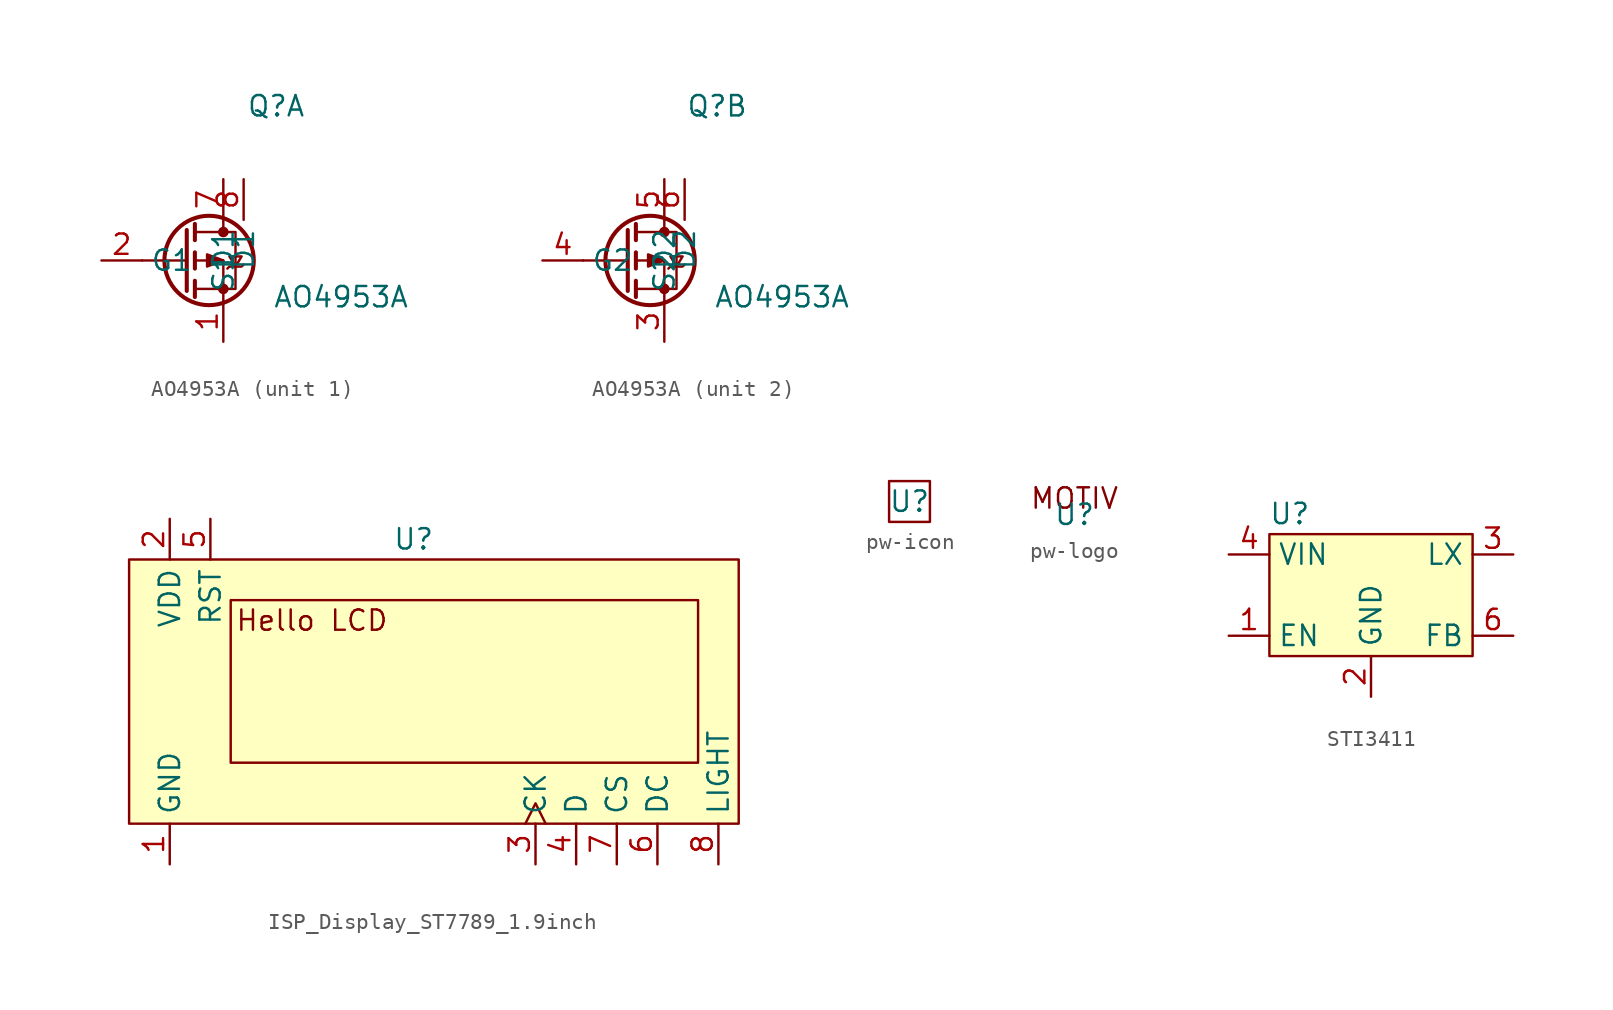
<source format=kicad_sym>
(kicad_symbol_lib
  (version 20231120)
  (generator "kicad_symbol_editor")
  (generator_version "8.0")
  (symbol "AO4953A"
    (property "Reference" "Q"
      (at 4.572 9.652 0)
      (effects (font (size 1.27 1.27))))
    (property "Value" "AO4953A"
      (at 8.636 -2.286 0)
      (effects (font (size 1.27 1.27))))
    (symbol "AO4953A_0_1"
      (polyline (pts (xy -1.016 0) (xy -3.81 0)) (stroke (width 0) (type default)) (fill (type none)))
      (polyline (pts (xy -1.016 1.905) (xy -1.016 -1.905)) (stroke (width 0.254) (type default)) (fill (type none)))
      (polyline (pts (xy -0.508 -1.27) (xy -0.508 -2.286)) (stroke (width 0.254) (type default)) (fill (type none)))
      (polyline (pts (xy -0.508 0.508) (xy -0.508 -0.508)) (stroke (width 0.254) (type default)) (fill (type none)))
      (polyline (pts (xy -0.508 2.286) (xy -0.508 1.27)) (stroke (width 0.254) (type default)) (fill (type none)))
      (polyline (pts (xy 1.27 2.54) (xy 1.27 1.778)) (stroke (width 0) (type default)) (fill (type none)))
      (polyline (pts (xy 1.27 -2.54) (xy 1.27 0) (xy -0.508 0)) (stroke (width 0) (type default)) (fill (type none)))
      (polyline (pts (xy -0.508 -1.778) (xy 2.032 -1.778) (xy 2.032 1.778) (xy -0.508 1.778)) (stroke (width 0) (type default)) (fill (type none)))
      (polyline (pts (xy 1.27 0) (xy 0.254 -0.381) (xy 0.254 0.381) (xy 1.27 0)) (stroke (width 0) (type default)) (fill (type outline)))
      (polyline (pts (xy 1.524 -0.508) (xy 1.651 -0.381) (xy 2.413 -0.381) (xy 2.54 -0.254)) (stroke (width 0) (type default)) (fill (type none)))
      (polyline (pts (xy 2.032 -0.381) (xy 1.651 0.254) (xy 2.413 0.254) (xy 2.032 -0.381)) (stroke (width 0) (type default)) (fill (type none)))
      (circle (center 0.381 0) (radius 2.794) (stroke (width 0.254) (type default)) (fill (type none)))
      (circle (center 1.27 -1.778) (radius 0.254) (stroke (width 0) (type default)) (fill (type outline)))
      (circle (center 1.27 1.778) (radius 0.254) (stroke (width 0) (type default)) (fill (type outline))))
    (symbol "AO4953A_1_1"
      (pin passive line (at 1.27 -5.08 90) (length 2.54) (name "S1" (effects (font (size 1.27 1.27)))) (number "1" (effects (font (size 1.27 1.27)))))
      (pin passive line (at -6.35 0 0) (length 2.54) (name "G1" (effects (font (size 1.27 1.27)))) (number "2" (effects (font (size 1.27 1.27)))))
      (pin passive line (at 1.27 5.08 270) (length 2.54) (name "D1" (effects (font (size 1.27 1.27)))) (number "7" (effects (font (size 1.27 1.27)))))
      (pin passive line (at 2.54 5.08 270) (length 2.54) (name "D1" (effects (font (size 1.27 1.27)))) (number "8" (effects (font (size 1.27 1.27))))))
    (symbol "AO4953A_2_1"
      (pin passive line (at 1.27 -5.08 90) (length 2.54) (name "S2" (effects (font (size 1.27 1.27)))) (number "3" (effects (font (size 1.27 1.27)))))
      (pin passive line (at -6.35 0 0) (length 2.54) (name "G2" (effects (font (size 1.27 1.27)))) (number "4" (effects (font (size 1.27 1.27)))))
      (pin passive line (at 1.27 5.08 270) (length 2.54) (name "D2" (effects (font (size 1.27 1.27)))) (number "5" (effects (font (size 1.27 1.27)))))
      (pin passive line (at 2.54 5.08 270) (length 2.54) (name "D2" (effects (font (size 1.27 1.27)))) (number "6" (effects (font (size 1.27 1.27)))))))
  (symbol "ISP_Display_ST7789_1.9inch"
    (property "Reference" "U"
      (at 17.78 1.27 0)
      (effects (font (size 1.27 1.27))))
    (property "Value" ""
      (at 0 0 0)
      (effects (font (size 1.27 1.27))))
    (symbol "ISP_Display_ST7789_1.9inch_1_1"
      (rectangle (start 0 0) (end 38.1 -16.51) (stroke (width 0) (type default)) (fill (type background)))
      (rectangle (start 6.35 -2.54) (end 35.56 -12.7) (stroke (width 0) (type default)) (fill (type none)))
      (text "Hello LCD\n" (at 11.43 -3.81 0) (effects (font (size 1.27 1.27))))
      (pin power_in line (at 2.54 -19.05 90) (length 2.54) (name "GND" (effects (font (size 1.27 1.27)))) (number "1" (effects (font (size 1.27 1.27)))))
      (pin power_in line (at 2.54 2.54 270) (length 2.54) (name "VDD" (effects (font (size 1.27 1.27)))) (number "2" (effects (font (size 1.27 1.27)))))
      (pin input clock (at 25.4 -19.05 90) (length 2.54) (name "CK" (effects (font (size 1.27 1.27)))) (number "3" (effects (font (size 1.27 1.27)))))
      (pin input line (at 27.94 -19.05 90) (length 2.54) (name "D" (effects (font (size 1.27 1.27)))) (number "4" (effects (font (size 1.27 1.27)))))
      (pin input line (at 5.08 2.54 270) (length 2.54) (name "RST" (effects (font (size 1.27 1.27)))) (number "5" (effects (font (size 1.27 1.27)))))
      (pin input line (at 33.02 -19.05 90) (length 2.54) (name "DC" (effects (font (size 1.27 1.27)))) (number "6" (effects (font (size 1.27 1.27)))))
      (pin input line (at 30.48 -19.05 90) (length 2.54) (name "CS" (effects (font (size 1.27 1.27)))) (number "7" (effects (font (size 1.27 1.27)))))
      (pin power_in line (at 36.83 -19.05 90) (length 2.54) (name "LIGHT" (effects (font (size 1.27 1.27)))) (number "8" (effects (font (size 1.27 1.27)))))))
  (symbol "pw-icon"
    (property "Reference" "U"
      (at 0 0 0)
      (effects (font (size 1.27 1.27))))
    (property "Value" ""
      (at 0 0 0)
      (effects (font (size 1.27 1.27))))
    (symbol "pw-icon_0_1"
      (rectangle (start -1.27 1.27) (end 1.27 -1.27) (stroke (width 0) (type default)) (fill (type none)))))
  (symbol "pw-logo"
    (property "Reference" "U"
      (at 0 0 0)
      (effects (font (size 1.27 1.27))))
    (property "Value" ""
      (at 0 0 0)
      (effects (font (size 1.27 1.27))))
    (symbol "pw-logo_1_1"
      (text "MOTIV\n" (at 0 1.016 0) (effects (font (size 1.27 1.27))))))
  (symbol "STI3411"
    (property "Reference" "U"
      (at 1.27 1.27 0)
      (effects (font (size 1.27 1.27))))
    (property "Value" ""
      (at 0 0 0)
      (effects (font (size 1.27 1.27))))
    (symbol "STI3411_1_1"
      (rectangle (start 0 0) (end 12.7 -7.62) (stroke (width 0) (type default)) (fill (type background)))
      (pin input line (at -2.54 -6.35 0) (length 2.54) (name "EN" (effects (font (size 1.27 1.27)))) (number "1" (effects (font (size 1.27 1.27)))))
      (pin power_in line (at 6.35 -10.16 90) (length 2.54) (name "GND" (effects (font (size 1.27 1.27)))) (number "2" (effects (font (size 1.27 1.27)))))
      (pin power_out line (at 15.24 -1.27 180) (length 2.54) (name "LX" (effects (font (size 1.27 1.27)))) (number "3" (effects (font (size 1.27 1.27)))))
      (pin power_in line (at -2.54 -1.27 0) (length 2.54) (name "VIN" (effects (font (size 1.27 1.27)))) (number "4" (effects (font (size 1.27 1.27)))))
      (pin input line (at 15.24 -6.35 180) (length 2.54) (name "FB" (effects (font (size 1.27 1.27)))) (number "6" (effects (font (size 1.27 1.27))))))))
</source>
